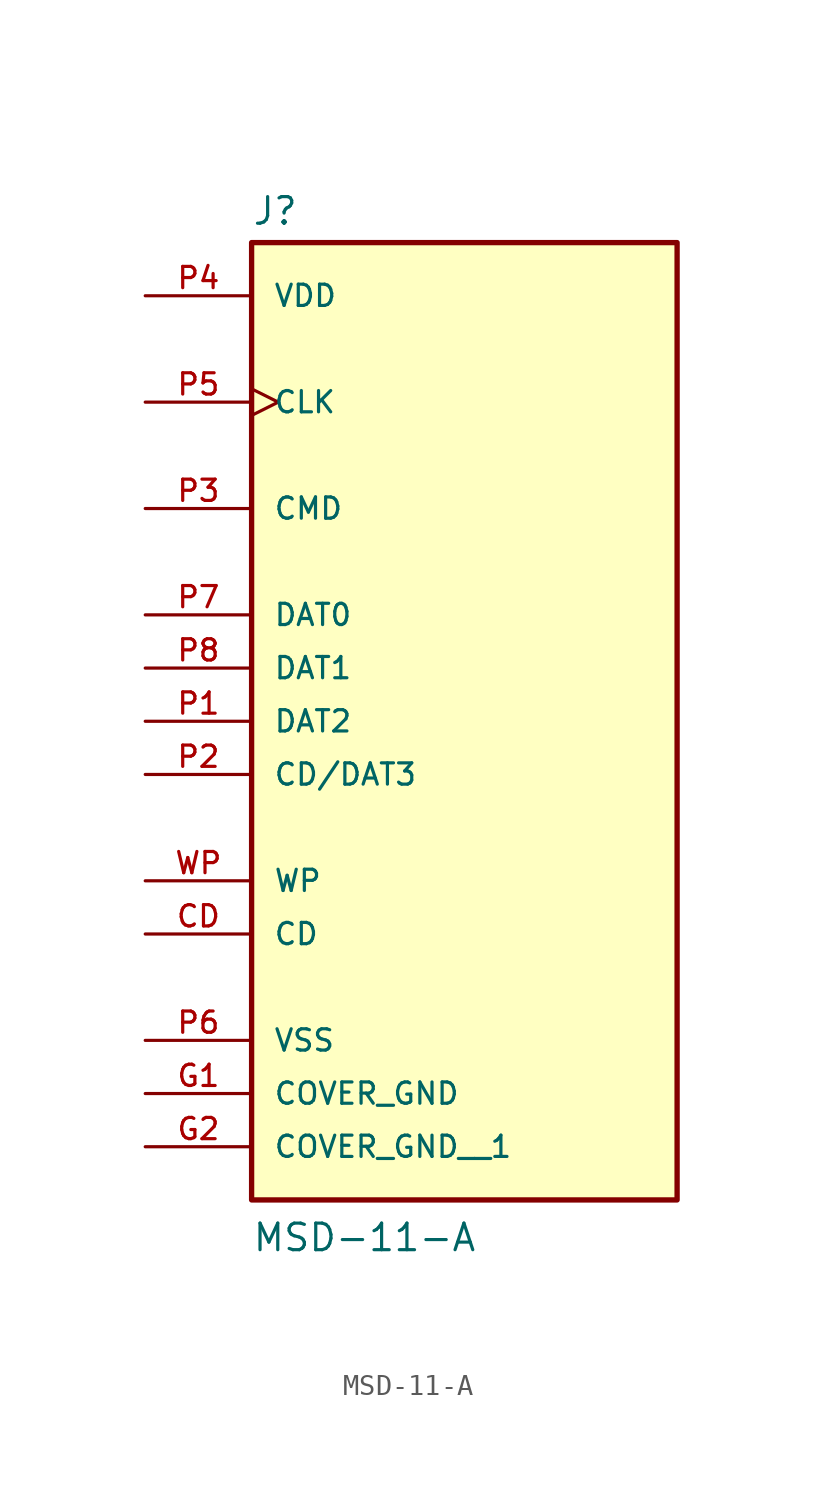
<source format=kicad_sym>
(kicad_symbol_lib
  (version 20211014)
  (generator kicad_symbol_editor)
  (symbol "MSD-11-A"
    (pin_names
      (offset 1.016))
    (property "Reference" "J"
      (at -10.16 23.622 0)
      (effects (font (size 1.27 1.27)) (justify bottom left)))
    (property "Value" "MSD-11-A"
      (at -10.16 -25.4 0)
      (effects (font (size 1.27 1.27)) (justify bottom left)))
    (symbol "MSD-11-A_0_0"
      (rectangle (start -10.16 -22.86) (end 10.16 22.86) (stroke (width 0.254)) (fill (type background)))
      (pin bidirectional line (at -15.24 -2.54 0) (length 5.08) (name "CD/DAT3" (effects (font (size 1.016 1.016)))) (number "P2" (effects (font (size 1.016 1.016)))))
      (pin bidirectional line (at -15.24 10.16 0) (length 5.08) (name "CMD" (effects (font (size 1.016 1.016)))) (number "P3" (effects (font (size 1.016 1.016)))))
      (pin power_in line (at -15.24 -15.24 0) (length 5.08) (name "VSS" (effects (font (size 1.016 1.016)))) (number "P6" (effects (font (size 1.016 1.016)))))
      (pin power_in line (at -15.24 20.32 0) (length 5.08) (name "VDD" (effects (font (size 1.016 1.016)))) (number "P4" (effects (font (size 1.016 1.016)))))
      (pin input clock (at -15.24 15.24 0) (length 5.08) (name "CLK" (effects (font (size 1.016 1.016)))) (number "P5" (effects (font (size 1.016 1.016)))))
      (pin bidirectional line (at -15.24 5.08 0) (length 5.08) (name "DAT0" (effects (font (size 1.016 1.016)))) (number "P7" (effects (font (size 1.016 1.016)))))
      (pin passive line (at -15.24 -10.16 0) (length 5.08) (name "CD" (effects (font (size 1.016 1.016)))) (number "CD" (effects (font (size 1.016 1.016)))))
      (pin bidirectional line (at -15.24 2.54 0) (length 5.08) (name "DAT1" (effects (font (size 1.016 1.016)))) (number "P8" (effects (font (size 1.016 1.016)))))
      (pin bidirectional line (at -15.24 0.0 0) (length 5.08) (name "DAT2" (effects (font (size 1.016 1.016)))) (number "P1" (effects (font (size 1.016 1.016)))))
      (pin passive line (at -15.24 -7.62 0) (length 5.08) (name "WP" (effects (font (size 1.016 1.016)))) (number "WP" (effects (font (size 1.016 1.016)))))
      (pin power_in line (at -15.24 -17.78 0) (length 5.08) (name "COVER_GND" (effects (font (size 1.016 1.016)))) (number "G1" (effects (font (size 1.016 1.016)))))
      (pin power_in line (at -15.24 -20.32 0) (length 5.08) (name "COVER_GND__1" (effects (font (size 1.016 1.016)))) (number "G2" (effects (font (size 1.016 1.016))))))))
</source>
